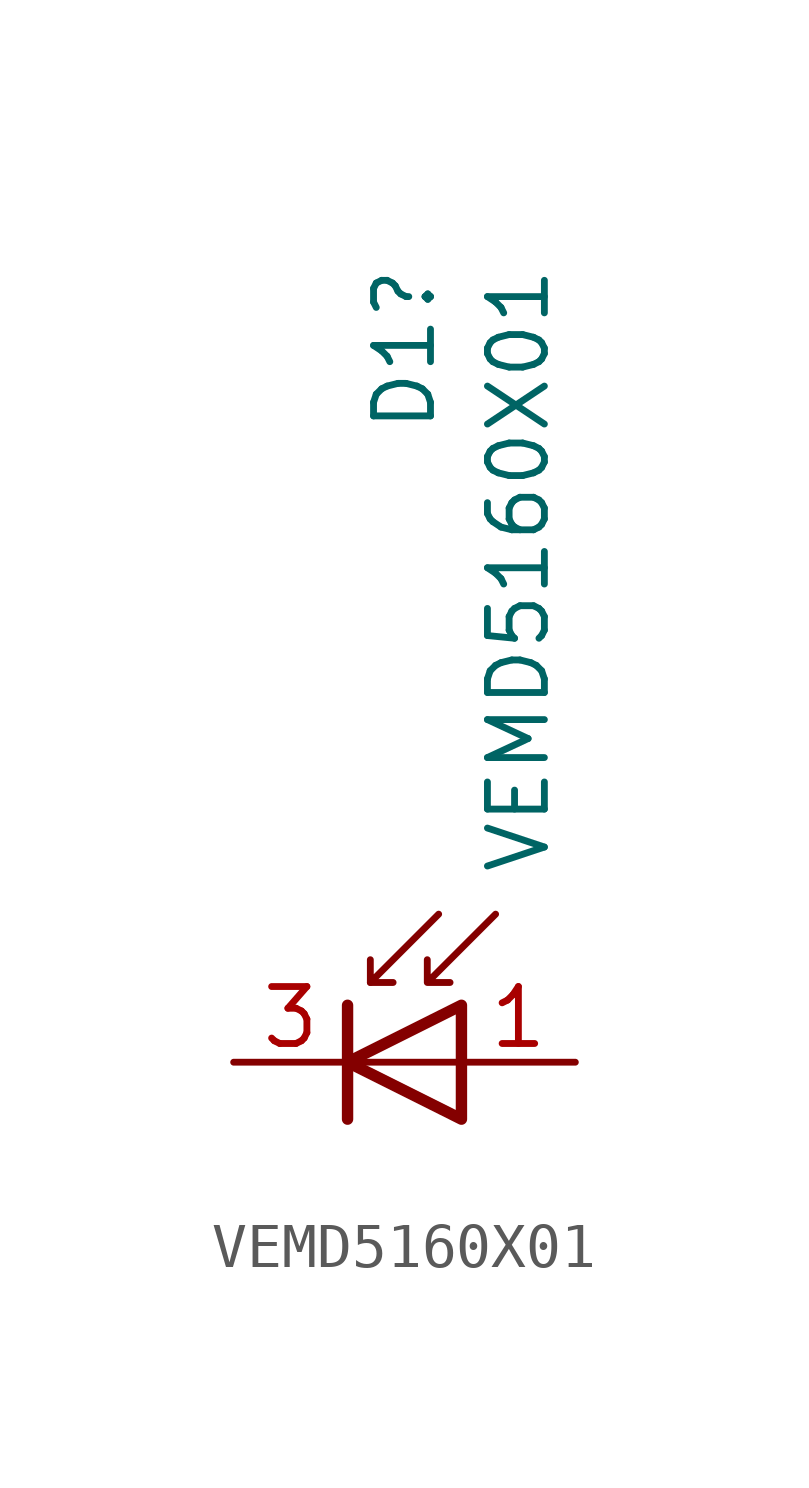
<source format=kicad_sym>
(kicad_symbol_lib
  (version 20220914)
  (generator kicad_symbol_editor)
  (symbol "VEMD5160X01"
    (pin_names hide)
    (property "Reference" "D1"
      (at -1.27 17.78 90)
      (effects (font (size 1.27 1.27)) (justify right)))
    (property "Value" "VEMD5160X01"
      (at 1.27 17.78 90)
      (effects (font (size 1.27 1.27)) (justify right)))
    (symbol "VEMD5160X01_0_1"
      (polyline (pts (xy -2.54 1.27) (xy -2.54 -1.27)) (stroke (width 0.254) (type default)) (fill (type none)))
      (polyline (pts (xy -2.032 1.778) (xy -1.524 1.778)) (stroke (width 0) (type default)) (fill (type none)))
      (polyline (pts (xy 0 0) (xy -2.54 0)) (stroke (width 0) (type default)) (fill (type none)))
      (polyline (pts (xy -0.508 3.302) (xy -2.032 1.778) (xy -2.032 2.286)) (stroke (width 0) (type default)) (fill (type none)))
      (polyline (pts (xy 0 -1.27) (xy 0 1.27) (xy -2.54 0) (xy 0 -1.27)) (stroke (width 0.254) (type default)) (fill (type none)))
      (polyline (pts (xy 0.762 3.302) (xy -0.762 1.778) (xy -0.762 2.286) (xy -0.762 1.778) (xy -0.254 1.778)) (stroke (width 0) (type default)) (fill (type none))))
    (symbol "VEMD5160X01_1_1"
      (pin passive line (at 2.54 0 180) (length 2.54) (name "A" (effects (font (size 1.27 1.27)))) (number "1" (effects (font (size 1.27 1.27)))))
      (pin passive line (at -5.08 0 0) (length 2.54) (name "K" (effects (font (size 1.27 1.27)))) (number "3" (effects (font (size 1.27 1.27)))))
      (pin passive line (at -5.08 0 0) (length 2.54) hide (name "K" (effects (font (size 1.27 1.27)))) (number "4" (effects (font (size 1.27 1.27))))))))
</source>
